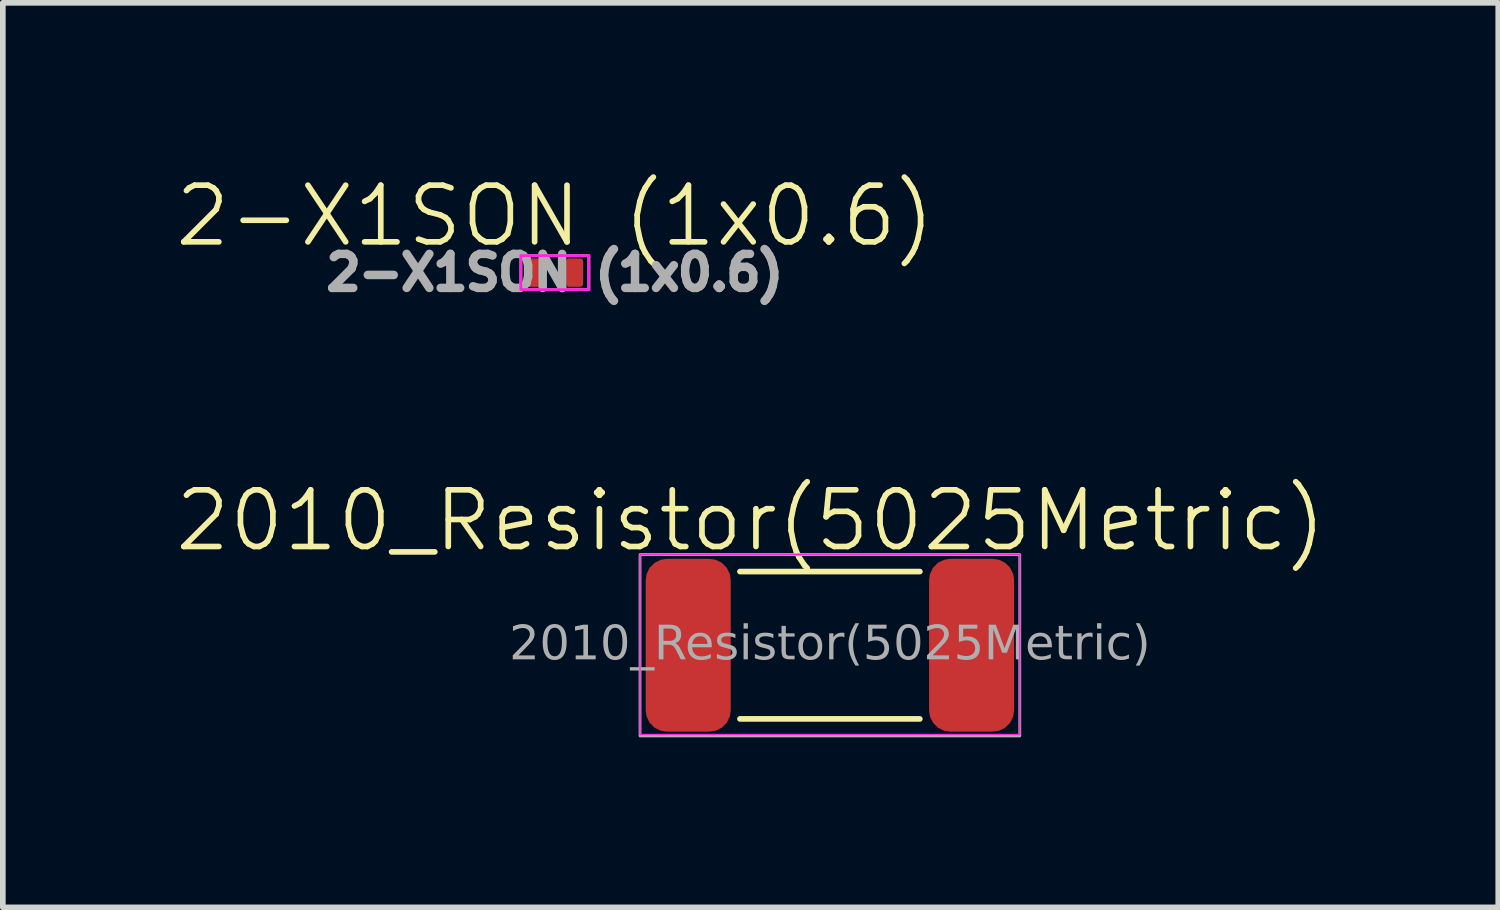
<source format=kicad_pcb>
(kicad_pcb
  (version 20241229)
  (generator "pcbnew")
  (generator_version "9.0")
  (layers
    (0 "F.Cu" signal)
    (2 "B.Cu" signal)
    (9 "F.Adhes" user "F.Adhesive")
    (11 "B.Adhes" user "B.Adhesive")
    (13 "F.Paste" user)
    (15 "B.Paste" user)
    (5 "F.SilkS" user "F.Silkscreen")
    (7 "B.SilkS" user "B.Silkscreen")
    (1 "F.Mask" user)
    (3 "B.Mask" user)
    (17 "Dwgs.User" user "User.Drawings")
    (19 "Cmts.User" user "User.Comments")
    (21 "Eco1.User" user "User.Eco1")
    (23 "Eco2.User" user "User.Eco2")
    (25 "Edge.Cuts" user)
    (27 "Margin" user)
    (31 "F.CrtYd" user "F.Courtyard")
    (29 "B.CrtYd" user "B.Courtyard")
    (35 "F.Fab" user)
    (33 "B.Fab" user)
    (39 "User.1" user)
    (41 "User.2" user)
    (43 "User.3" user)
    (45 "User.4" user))
  (footprint "2010_Resistor(5025Metric)"
    (layer "F.Cu")
    (at 11.593 8.335)
    (property "Reference" "2010_Resistor(5025Metric)" (at -1.4 -2.2 0) (unlocked yes) (layer "F.SilkS") (effects (font (size 1 1) (thickness 0.1))))
    (attr smd)
    (fp_line (start 1.587 -1.3) (end -1.587 -1.3) (stroke (width 0.1) (type default)) (layer "F.SilkS"))
    (fp_line (start 1.587 1.3) (end -1.587 1.3) (stroke (width 0.1) (type default)) (layer "F.SilkS"))
    (fp_rect (start -3.35 -1.6) (end 3.35 1.575) (stroke (width 0.025) (type default)) (fill no) (layer "F.CrtYd"))
    (fp_rect (start -3.35 -1.6) (end 3.35 1.6) (stroke (width 0.05) (type default)) (fill no) (layer "F.Fab"))
    (fp_text user "${REFERENCE}" (at 0 0 0) (unlocked yes) (layer "F.Fab") (effects (font (face "Arial") (size 0.6 0.6) (thickness 0.15))))
    (pad "1" smd roundrect (at -2.5 0) (size 1.5 3.05) (layers "F.Cu" "F.Mask" "F.Paste") (roundrect_rratio 0.25))
    (pad "2" smd roundrect (at 2.5 0) (size 1.5 3.05) (layers "F.Cu" "F.Mask" "F.Paste") (roundrect_rratio 0.25)))
  (footprint "2-X1SON (1x0.6)"
    (layer "F.Cu")
    (at 6.74 1.76)
    (property "Reference" "2-X1SON (1x0.6)" (at 0 -1 0) (unlocked yes) (layer "F.SilkS") (effects (font (size 1 1) (thickness 0.1))))
    (attr smd)
    (fp_rect (start -0.6 -0.3) (end 0.6 0.3) (stroke (width 0.05) (type default)) (fill no) (layer "F.CrtYd"))
    (fp_rect (start -0.6 -0.3) (end 0.6 0.3) (stroke (width 0.05) (type default)) (fill no) (layer "F.Fab"))
    (fp_text user "${REFERENCE}" (at 0 0 0) (unlocked yes) (layer "F.Fab") (effects (font (size 0.6 0.6) (thickness 0.15))))
    (pad "A" smd roundrect (at 0.35 0) (size 0.3 0.5) (layers "F.Cu" "F.Mask" "F.Paste") (roundrect_rratio 0.167))
    (pad "C" smd roundrect (at -0.35 0) (size 0.3 0.5) (layers "F.Cu" "F.Mask" "F.Paste") (roundrect_rratio 0.167)))
  (gr_rect
    (start -3 -3)
    (end 23.386 12.96)
    (stroke (width 0.1) (type default))
    (fill no)
    (layer "Edge.Cuts")))
</source>
